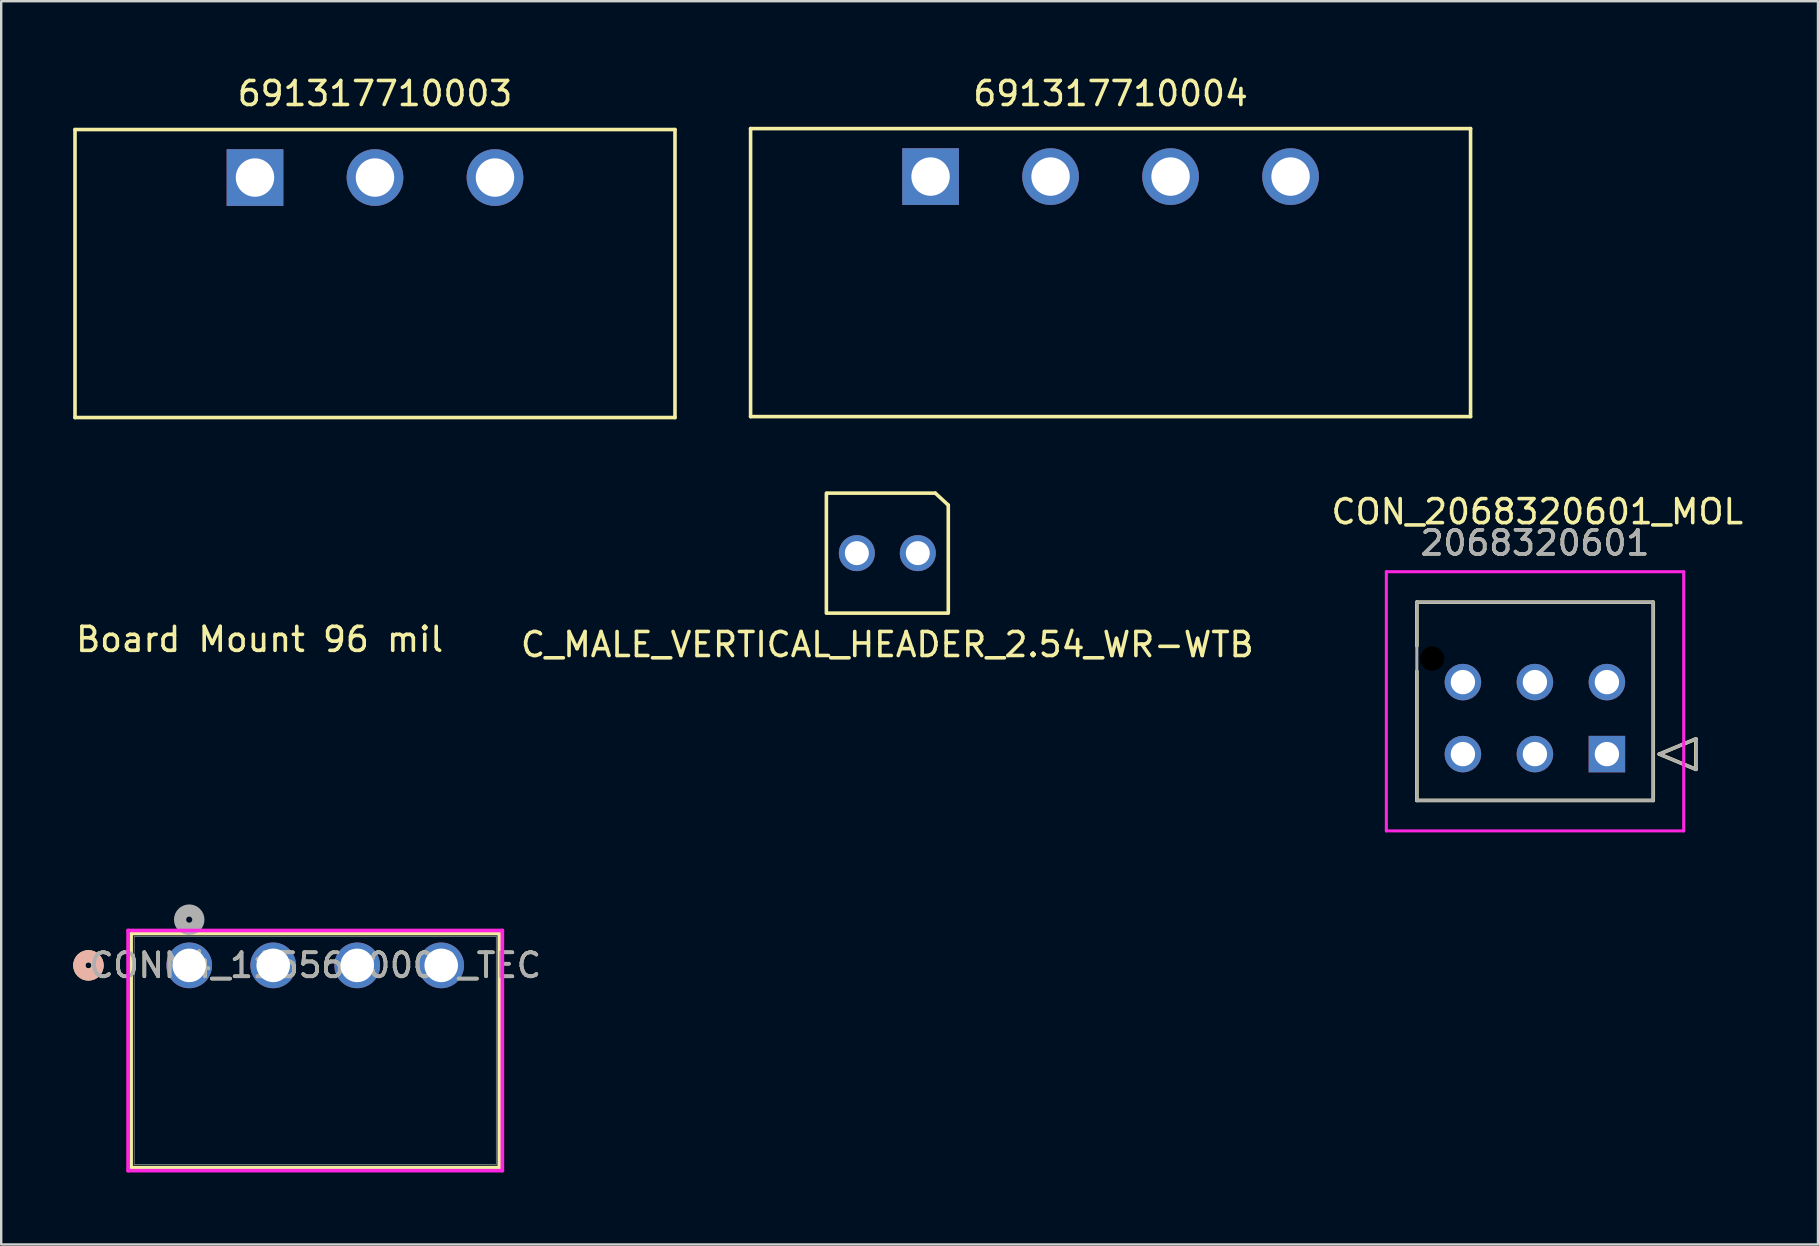
<source format=kicad_pcb>
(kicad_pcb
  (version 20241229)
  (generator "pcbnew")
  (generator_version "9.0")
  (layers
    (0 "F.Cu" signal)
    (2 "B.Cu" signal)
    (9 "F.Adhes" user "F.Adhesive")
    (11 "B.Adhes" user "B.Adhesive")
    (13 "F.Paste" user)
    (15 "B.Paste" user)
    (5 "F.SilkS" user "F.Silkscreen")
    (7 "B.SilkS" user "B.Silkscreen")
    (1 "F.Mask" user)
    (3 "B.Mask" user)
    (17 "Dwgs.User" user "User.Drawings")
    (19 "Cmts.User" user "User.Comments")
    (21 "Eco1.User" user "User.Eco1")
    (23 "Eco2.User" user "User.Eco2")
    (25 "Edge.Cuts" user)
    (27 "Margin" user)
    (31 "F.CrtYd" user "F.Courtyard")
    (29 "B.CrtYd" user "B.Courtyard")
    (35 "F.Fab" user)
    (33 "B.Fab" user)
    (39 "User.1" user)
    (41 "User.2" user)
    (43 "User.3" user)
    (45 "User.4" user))
  (footprint "691317710004"
    (layer "F.Cu")
    (at 43.225 4.308)
    (property "Reference" "691317710004" (at 0 -3.46 0) (layer "F.SilkS") (effects (font (size 1 1) (thickness 0.15))))
    (attr through_hole)
    (fp_line (start -15 -2) (end 15 -2) (stroke (width 0.15) (type solid)) (layer "F.SilkS"))
    (fp_line (start -15 10) (end -15 -2) (stroke (width 0.15) (type solid)) (layer "F.SilkS"))
    (fp_line (start 15 -2) (end 15 10) (stroke (width 0.15) (type solid)) (layer "F.SilkS"))
    (fp_line (start 15 10) (end -15 10) (stroke (width 0.15) (type solid)) (layer "F.SilkS"))
    (pad "1" thru_hole rect (at -7.5 0) (size 2.362 2.362) (drill 1.6) (layers "*.Cu" "*.Mask"))
    (pad "2" thru_hole circle (at -2.5 0) (size 2.362 2.362) (drill 1.6) (layers "*.Cu" "*.Mask"))
    (pad "3" thru_hole circle (at 2.5 0) (size 2.362 2.362) (drill 1.6) (layers "*.Cu" "*.Mask"))
    (pad "4" thru_hole circle (at 7.5 0) (size 2.362 2.362) (drill 1.6) (layers "*.Cu" "*.Mask")))
  (footprint "Board Mount 96 mil"
    (layer "F.Cu")
    (at 7.658 25.582)
    (property "Reference" "Board Mount 96 mil" (at 0.11 -1.99 0) (unlocked yes) (layer "F.SilkS") (effects (font (size 1 1) (thickness 0.15))))
    (attr through_hole)
    (pad "" np_thru_hole circle (at -0.06 -5.72) (size 0.001 0.001) (drill 4.877) (layers "*.Cu" "*.Mask")))
  (footprint "691317710003"
    (layer "F.Cu")
    (at 12.575 4.348)
    (property "Reference" "691317710003" (at 0 -3.5 0) (layer "F.SilkS") (effects (font (size 1 1) (thickness 0.15))))
    (attr through_hole)
    (fp_line (start -12.5 -2) (end 12.5 -2) (stroke (width 0.15) (type solid)) (layer "F.SilkS"))
    (fp_line (start -12.5 10) (end -12.5 -2) (stroke (width 0.15) (type solid)) (layer "F.SilkS"))
    (fp_line (start 12.5 -2) (end 12.5 10) (stroke (width 0.15) (type solid)) (layer "F.SilkS"))
    (fp_line (start 12.5 10) (end -12.5 10) (stroke (width 0.15) (type solid)) (layer "F.SilkS"))
    (pad "1" thru_hole rect (at -5 0) (size 2.362 2.362) (drill 1.6) (layers "*.Cu" "*.Mask"))
    (pad "2" thru_hole circle (at 0 0) (size 2.362 2.362) (drill 1.6) (layers "*.Cu" "*.Mask"))
    (pad "3" thru_hole circle (at 5 0) (size 2.362 2.362) (drill 1.6) (layers "*.Cu" "*.Mask")))
  (footprint "C_MALE_VERTICAL_HEADER_2.54_WR-WTB"
    (layer "F.Cu")
    (at 33.923 19.998)
    (property "Reference" "C_MALE_VERTICAL_HEADER_2.54_WR-WTB" (at 0 3.81 0) (layer "F.SilkS") (effects (font (size 1 1) (thickness 0.15))))
    (attr through_hole)
    (fp_line (start -2.54 2.5) (end -2.54 -2.5) (stroke (width 0.15) (type solid)) (layer "F.SilkS"))
    (fp_line (start -2.5 -2.5) (end 2 -2.5) (stroke (width 0.15) (type solid)) (layer "F.SilkS"))
    (fp_line (start 2 -2.5) (end 2.54 -2) (stroke (width 0.15) (type solid)) (layer "F.SilkS"))
    (fp_line (start 2.5 2.5) (end -2.5 2.5) (stroke (width 0.15) (type solid)) (layer "F.SilkS"))
    (fp_line (start 2.54 -2) (end 2.54 2.5) (stroke (width 0.15) (type solid)) (layer "F.SilkS"))
    (pad "1" thru_hole circle (at -1.27 0) (size 1.5 1.5) (drill 1) (layers "*.Cu" "*.Mask"))
    (pad "2" thru_hole circle (at 1.27 0) (size 1.5 1.5) (drill 1) (layers "*.Cu" "*.Mask")))
  (footprint "CONN4_1155650000_TEC"
    (layer "F.Cu")
    (at 4.834 37.175)
    (property "Reference" "CONN4_1155650000_TEC" (at 5.25 0 0) (unlocked yes) (layer "F.SilkS") (effects (font (size 1 1) (thickness 0.15))))
    (attr through_hole)
    (fp_line (start -2.421 -1.327) (end -2.421 8.427) (stroke (width 0.152) (type solid)) (layer "F.SilkS"))
    (fp_line (start -2.421 8.427) (end 12.921 8.427) (stroke (width 0.152) (type solid)) (layer "F.SilkS"))
    (fp_line (start 12.921 -1.327) (end -2.421 -1.327) (stroke (width 0.152) (type solid)) (layer "F.SilkS"))
    (fp_line (start 12.921 8.427) (end 12.921 -1.327) (stroke (width 0.152) (type solid)) (layer "F.SilkS"))
    (fp_circle (center -4.199 0) (end -3.818 0) (stroke (width 0.508) (type solid)) (fill no) (layer "F.SilkS"))
    (fp_circle (center -4.199 0) (end -3.818 0) (stroke (width 0.508) (type solid)) (fill no) (layer "B.SilkS"))
    (fp_line (start -2.548 -1.454) (end -2.548 8.554) (stroke (width 0.152) (type solid)) (layer "F.CrtYd"))
    (fp_line (start -2.548 8.554) (end 13.048 8.554) (stroke (width 0.152) (type solid)) (layer "F.CrtYd"))
    (fp_line (start 13.048 -1.454) (end -2.548 -1.454) (stroke (width 0.152) (type solid)) (layer "F.CrtYd"))
    (fp_line (start 13.048 8.554) (end 13.048 -1.454) (stroke (width 0.152) (type solid)) (layer "F.CrtYd"))
    (fp_line (start -2.294 -1.2) (end -2.294 8.3) (stroke (width 0.025) (type solid)) (layer "F.Fab"))
    (fp_line (start -2.294 8.3) (end 12.794 8.3) (stroke (width 0.025) (type solid)) (layer "F.Fab"))
    (fp_line (start 12.794 -1.2) (end -2.294 -1.2) (stroke (width 0.025) (type solid)) (layer "F.Fab"))
    (fp_line (start 12.794 8.3) (end 12.794 -1.2) (stroke (width 0.025) (type solid)) (layer "F.Fab"))
    (fp_circle (center 0 -1.905) (end 0.381 -1.905) (stroke (width 0.508) (type solid)) (fill no) (layer "F.Fab"))
    (fp_text user "${REFERENCE}" (at 5.25 0 0) (unlocked yes) (layer "F.Fab") (effects (font (size 1 1) (thickness 0.15))))
    (pad "1" thru_hole circle (at 0 0) (size 1.905 1.905) (drill 1.397) (layers "*.Cu" "*.Mask"))
    (pad "2" thru_hole circle (at 3.5 0) (size 1.905 1.905) (drill 1.397) (layers "*.Cu" "*.Mask"))
    (pad "3" thru_hole circle (at 7 0) (size 1.905 1.905) (drill 1.397) (layers "*.Cu" "*.Mask"))
    (pad "4" thru_hole circle (at 10.5 0) (size 1.905 1.905) (drill 1.397) (layers "*.Cu" "*.Mask")))
  (footprint "CON_2068320601_MOL"
    (layer "F.Cu")
    (at 63.906 28.372)
    (property "Reference" "CON_2068320601_MOL" (at -2.9 -10.1 0) (unlocked yes) (layer "F.SilkS") (effects (font (size 1 1) (thickness 0.15))))
    (attr through_hole)
    (fp_line (start -7.92 -6.33) (end -7.92 -4.509) (stroke (width 0.152) (type solid)) (layer "F.SilkS"))
    (fp_line (start -7.92 -3.451) (end -7.92 1.93) (stroke (width 0.152) (type solid)) (layer "F.SilkS"))
    (fp_line (start -7.92 1.93) (end 1.93 1.93) (stroke (width 0.152) (type solid)) (layer "F.SilkS"))
    (fp_line (start 1.93 -6.33) (end -7.92 -6.33) (stroke (width 0.152) (type solid)) (layer "F.SilkS"))
    (fp_line (start 1.93 1.93) (end 1.93 -6.33) (stroke (width 0.152) (type solid)) (layer "F.SilkS"))
    (fp_line (start 2.184 0) (end 3.708 -0.635) (stroke (width 0.152) (type solid)) (layer "F.SilkS"))
    (fp_line (start 3.708 -0.635) (end 3.708 0.635) (stroke (width 0.152) (type solid)) (layer "F.SilkS"))
    (fp_line (start 3.708 0.635) (end 2.184 0) (stroke (width 0.152) (type solid)) (layer "F.SilkS"))
    (fp_line (start -9.19 -7.6) (end -9.19 3.2) (stroke (width 0.127) (type solid)) (layer "F.CrtYd"))
    (fp_line (start -9.19 3.2) (end 3.2 3.2) (stroke (width 0.127) (type solid)) (layer "F.CrtYd"))
    (fp_line (start 3.2 -7.6) (end -9.19 -7.6) (stroke (width 0.127) (type solid)) (layer "F.CrtYd"))
    (fp_line (start 3.2 3.2) (end 3.2 -7.6) (stroke (width 0.127) (type solid)) (layer "F.CrtYd"))
    (fp_line (start -7.92 -6.33) (end -7.92 1.93) (stroke (width 0.127) (type solid)) (layer "F.Fab"))
    (fp_line (start -7.92 1.93) (end 1.93 1.93) (stroke (width 0.127) (type solid)) (layer "F.Fab"))
    (fp_line (start 1.93 -6.33) (end -7.92 -6.33) (stroke (width 0.127) (type solid)) (layer "F.Fab"))
    (fp_line (start 1.93 1.93) (end 1.93 -6.33) (stroke (width 0.127) (type solid)) (layer "F.Fab"))
    (fp_line (start 2.184 0) (end 3.708 -0.635) (stroke (width 0.127) (type solid)) (layer "F.Fab"))
    (fp_line (start 3.708 -0.635) (end 3.708 0.635) (stroke (width 0.127) (type solid)) (layer "F.Fab"))
    (fp_line (start 3.708 0.635) (end 2.184 0) (stroke (width 0.127) (type solid)) (layer "F.Fab"))
    (fp_text user "2068320601" (at -3 -8.8 0) (unlocked yes) (layer "F.SilkS") (effects (font (size 1 1) (thickness 0.15))))
    (fp_text user "2068320601" (at -2.995 -8.8 0) (unlocked yes) (layer "F.Fab") (effects (font (size 1 1) (thickness 0.15))))
    (pad "" np_thru_hole circle (at -7.28 -3.98) (size 1.02 1.02) (drill 1.016) (layers))
    (pad "1" thru_hole rect (at 0 0 90) (size 1.52 1.52) (drill 1.016) (layers "*.Cu" "*.Mask"))
    (pad "2" thru_hole circle (at -3 0) (size 1.52 1.52) (drill 1.016) (layers "*.Cu" "*.Mask"))
    (pad "3" thru_hole circle (at -6 0) (size 1.52 1.52) (drill 1.016) (layers "*.Cu" "*.Mask"))
    (pad "4" thru_hole circle (at 0 -3 90) (size 1.52 1.52) (drill 1.016) (layers "*.Cu" "*.Mask"))
    (pad "5" thru_hole circle (at -3 -3) (size 1.52 1.52) (drill 1.016) (layers "*.Cu" "*.Mask"))
    (pad "6" thru_hole circle (at -6 -3) (size 1.52 1.52) (drill 1.016) (layers "*.Cu" "*.Mask")))
  (gr_rect
    (start -3 -3)
    (end 72.702 48.805)
    (stroke (width 0.1) (type default))
    (fill no)
    (layer "Edge.Cuts")))
</source>
